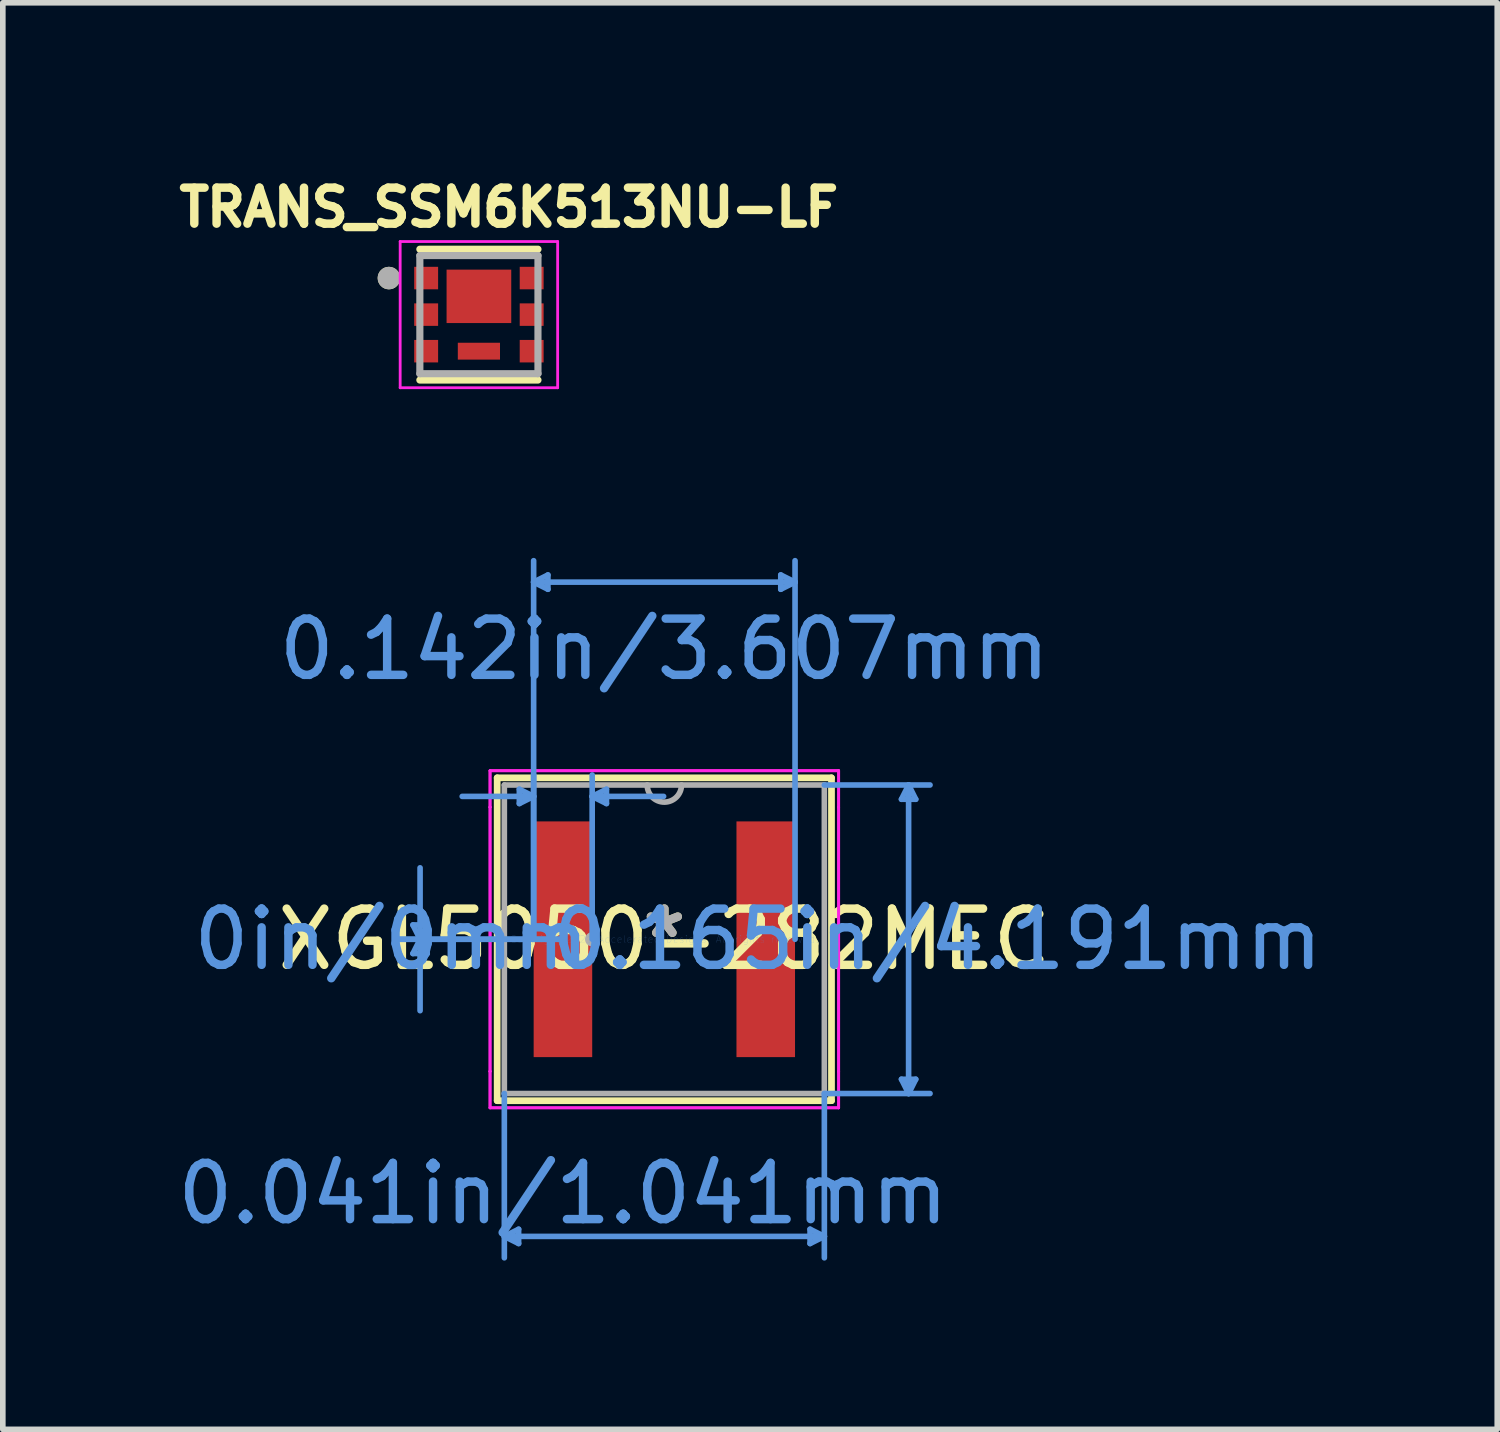
<source format=kicad_pcb>
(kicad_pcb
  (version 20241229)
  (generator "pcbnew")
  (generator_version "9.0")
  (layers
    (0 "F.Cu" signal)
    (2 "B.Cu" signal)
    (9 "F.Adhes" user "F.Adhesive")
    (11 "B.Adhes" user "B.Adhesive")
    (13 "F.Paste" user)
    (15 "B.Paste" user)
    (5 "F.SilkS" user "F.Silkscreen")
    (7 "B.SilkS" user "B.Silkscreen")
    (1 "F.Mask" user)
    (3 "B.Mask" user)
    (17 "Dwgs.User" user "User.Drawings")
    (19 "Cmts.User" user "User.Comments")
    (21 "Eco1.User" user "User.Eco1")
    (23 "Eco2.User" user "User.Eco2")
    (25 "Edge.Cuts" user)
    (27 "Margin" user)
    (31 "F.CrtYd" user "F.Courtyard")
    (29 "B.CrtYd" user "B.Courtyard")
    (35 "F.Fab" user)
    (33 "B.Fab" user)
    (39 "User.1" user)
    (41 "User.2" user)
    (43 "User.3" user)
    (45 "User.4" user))
  (footprint "XGL5050-282MEC"
    (layer "F.Cu")
    (at 8.762 13.65)
    (property "Reference" "XGL5050-282MEC" (at 0 0 0) (layer "F.SilkS") (effects (font (size 1 1) (thickness 0.15))))
    (attr through_hole)
    (fp_line (start -2.972 -2.87) (end -2.972 2.87) (stroke (width 0.12) (type solid)) (layer "F.SilkS"))
    (fp_line (start -2.972 2.87) (end 2.972 2.87) (stroke (width 0.12) (type solid)) (layer "F.SilkS"))
    (fp_line (start 2.972 -2.87) (end -2.972 -2.87) (stroke (width 0.12) (type solid)) (layer "F.SilkS"))
    (fp_line (start 2.972 2.87) (end 2.972 -2.87) (stroke (width 0.12) (type solid)) (layer "F.SilkS"))
    (fp_line (start -4.47 -0.254) (end -4.216 -0.254) (stroke (width 0.1) (type solid)) (layer "Cmts.User"))
    (fp_line (start -4.47 0.254) (end -4.216 0.254) (stroke (width 0.1) (type solid)) (layer "Cmts.User"))
    (fp_line (start -4.343 0) (end -4.47 -0.254) (stroke (width 0.1) (type solid)) (layer "Cmts.User"))
    (fp_line (start -4.343 0) (end -4.47 0.254) (stroke (width 0.1) (type solid)) (layer "Cmts.User"))
    (fp_line (start -4.343 0) (end -4.343 -1.27) (stroke (width 0.1) (type solid)) (layer "Cmts.User"))
    (fp_line (start -4.343 0) (end -4.343 1.27) (stroke (width 0.1) (type solid)) (layer "Cmts.User"))
    (fp_line (start -4.343 0) (end -4.216 -0.254) (stroke (width 0.1) (type solid)) (layer "Cmts.User"))
    (fp_line (start -4.343 0) (end -4.216 0.254) (stroke (width 0.1) (type solid)) (layer "Cmts.User"))
    (fp_line (start -2.845 2.743) (end -2.845 5.664) (stroke (width 0.1) (type solid)) (layer "Cmts.User"))
    (fp_line (start -2.845 5.283) (end -2.591 5.156) (stroke (width 0.1) (type solid)) (layer "Cmts.User"))
    (fp_line (start -2.845 5.283) (end -2.591 5.41) (stroke (width 0.1) (type solid)) (layer "Cmts.User"))
    (fp_line (start -2.845 5.283) (end 2.845 5.283) (stroke (width 0.1) (type solid)) (layer "Cmts.User"))
    (fp_line (start -2.591 5.156) (end -2.591 5.41) (stroke (width 0.1) (type solid)) (layer "Cmts.User"))
    (fp_line (start -2.578 -2.667) (end -2.578 -2.413) (stroke (width 0.1) (type solid)) (layer "Cmts.User"))
    (fp_line (start -2.324 -6.35) (end -2.07 -6.477) (stroke (width 0.1) (type solid)) (layer "Cmts.User"))
    (fp_line (start -2.324 -6.35) (end -2.07 -6.223) (stroke (width 0.1) (type solid)) (layer "Cmts.User"))
    (fp_line (start -2.324 -6.35) (end 2.324 -6.35) (stroke (width 0.1) (type solid)) (layer "Cmts.User"))
    (fp_line (start -2.324 -2.54) (end -3.594 -2.54) (stroke (width 0.1) (type solid)) (layer "Cmts.User"))
    (fp_line (start -2.324 -2.54) (end -2.578 -2.667) (stroke (width 0.1) (type solid)) (layer "Cmts.User"))
    (fp_line (start -2.324 -2.54) (end -2.578 -2.413) (stroke (width 0.1) (type solid)) (layer "Cmts.User"))
    (fp_line (start -2.324 0) (end -2.324 -6.731) (stroke (width 0.1) (type solid)) (layer "Cmts.User"))
    (fp_line (start -2.324 0) (end -2.324 -2.921) (stroke (width 0.1) (type solid)) (layer "Cmts.User"))
    (fp_line (start -2.07 -6.477) (end -2.07 -6.223) (stroke (width 0.1) (type solid)) (layer "Cmts.User"))
    (fp_line (start -1.803 0) (end -4.724 0) (stroke (width 0.1) (type solid)) (layer "Cmts.User"))
    (fp_line (start -1.803 0) (end -4.724 0) (stroke (width 0.1) (type solid)) (layer "Cmts.User"))
    (fp_line (start -1.283 -2.54) (end -1.029 -2.667) (stroke (width 0.1) (type solid)) (layer "Cmts.User"))
    (fp_line (start -1.283 -2.54) (end -1.029 -2.413) (stroke (width 0.1) (type solid)) (layer "Cmts.User"))
    (fp_line (start -1.283 -2.54) (end -0.013 -2.54) (stroke (width 0.1) (type solid)) (layer "Cmts.User"))
    (fp_line (start -1.283 0) (end -1.283 -2.921) (stroke (width 0.1) (type solid)) (layer "Cmts.User"))
    (fp_line (start -1.029 -2.667) (end -1.029 -2.413) (stroke (width 0.1) (type solid)) (layer "Cmts.User"))
    (fp_line (start 2.07 -6.477) (end 2.07 -6.223) (stroke (width 0.1) (type solid)) (layer "Cmts.User"))
    (fp_line (start 2.324 -6.35) (end 2.07 -6.477) (stroke (width 0.1) (type solid)) (layer "Cmts.User"))
    (fp_line (start 2.324 -6.35) (end 2.07 -6.223) (stroke (width 0.1) (type solid)) (layer "Cmts.User"))
    (fp_line (start 2.324 0) (end 2.324 -6.731) (stroke (width 0.1) (type solid)) (layer "Cmts.User"))
    (fp_line (start 2.591 5.156) (end 2.591 5.41) (stroke (width 0.1) (type solid)) (layer "Cmts.User"))
    (fp_line (start 2.845 -2.743) (end 4.724 -2.743) (stroke (width 0.1) (type solid)) (layer "Cmts.User"))
    (fp_line (start 2.845 2.743) (end 2.845 5.664) (stroke (width 0.1) (type solid)) (layer "Cmts.User"))
    (fp_line (start 2.845 2.743) (end 4.724 2.743) (stroke (width 0.1) (type solid)) (layer "Cmts.User"))
    (fp_line (start 2.845 5.283) (end 2.591 5.156) (stroke (width 0.1) (type solid)) (layer "Cmts.User"))
    (fp_line (start 2.845 5.283) (end 2.591 5.41) (stroke (width 0.1) (type solid)) (layer "Cmts.User"))
    (fp_line (start 4.216 -2.489) (end 4.47 -2.489) (stroke (width 0.1) (type solid)) (layer "Cmts.User"))
    (fp_line (start 4.216 2.489) (end 4.47 2.489) (stroke (width 0.1) (type solid)) (layer "Cmts.User"))
    (fp_line (start 4.343 -2.743) (end 4.216 -2.489) (stroke (width 0.1) (type solid)) (layer "Cmts.User"))
    (fp_line (start 4.343 -2.743) (end 4.343 2.743) (stroke (width 0.1) (type solid)) (layer "Cmts.User"))
    (fp_line (start 4.343 -2.743) (end 4.47 -2.489) (stroke (width 0.1) (type solid)) (layer "Cmts.User"))
    (fp_line (start 4.343 2.743) (end 4.216 2.489) (stroke (width 0.1) (type solid)) (layer "Cmts.User"))
    (fp_line (start 4.343 2.743) (end 4.47 2.489) (stroke (width 0.1) (type solid)) (layer "Cmts.User"))
    (fp_line (start -3.099 -2.997) (end 3.099 -2.997) (stroke (width 0.05) (type solid)) (layer "F.CrtYd"))
    (fp_line (start -3.099 -2.997) (end 3.099 -2.997) (stroke (width 0.05) (type solid)) (layer "F.CrtYd"))
    (fp_line (start -3.099 -2.349) (end -3.099 -2.997) (stroke (width 0.05) (type solid)) (layer "F.CrtYd"))
    (fp_line (start -3.099 -2.349) (end -3.099 -2.997) (stroke (width 0.05) (type solid)) (layer "F.CrtYd"))
    (fp_line (start -3.099 -2.349) (end -3.099 -2.349) (stroke (width 0.05) (type solid)) (layer "F.CrtYd"))
    (fp_line (start -3.099 -2.349) (end -3.099 -2.349) (stroke (width 0.05) (type solid)) (layer "F.CrtYd"))
    (fp_line (start -3.099 2.349) (end -3.099 -2.349) (stroke (width 0.05) (type solid)) (layer "F.CrtYd"))
    (fp_line (start -3.099 2.349) (end -3.099 -2.349) (stroke (width 0.05) (type solid)) (layer "F.CrtYd"))
    (fp_line (start -3.099 2.349) (end -3.099 2.349) (stroke (width 0.05) (type solid)) (layer "F.CrtYd"))
    (fp_line (start -3.099 2.349) (end -3.099 2.349) (stroke (width 0.05) (type solid)) (layer "F.CrtYd"))
    (fp_line (start -3.099 2.997) (end -3.099 2.349) (stroke (width 0.05) (type solid)) (layer "F.CrtYd"))
    (fp_line (start -3.099 2.997) (end -3.099 2.349) (stroke (width 0.05) (type solid)) (layer "F.CrtYd"))
    (fp_line (start 3.099 -2.997) (end 3.099 -2.349) (stroke (width 0.05) (type solid)) (layer "F.CrtYd"))
    (fp_line (start 3.099 -2.997) (end 3.099 -2.349) (stroke (width 0.05) (type solid)) (layer "F.CrtYd"))
    (fp_line (start 3.099 -2.349) (end 3.099 -2.349) (stroke (width 0.05) (type solid)) (layer "F.CrtYd"))
    (fp_line (start 3.099 -2.349) (end 3.099 -2.349) (stroke (width 0.05) (type solid)) (layer "F.CrtYd"))
    (fp_line (start 3.099 -2.349) (end 3.099 2.349) (stroke (width 0.05) (type solid)) (layer "F.CrtYd"))
    (fp_line (start 3.099 -2.349) (end 3.099 2.349) (stroke (width 0.05) (type solid)) (layer "F.CrtYd"))
    (fp_line (start 3.099 2.349) (end 3.099 2.349) (stroke (width 0.05) (type solid)) (layer "F.CrtYd"))
    (fp_line (start 3.099 2.349) (end 3.099 2.349) (stroke (width 0.05) (type solid)) (layer "F.CrtYd"))
    (fp_line (start 3.099 2.349) (end 3.099 2.997) (stroke (width 0.05) (type solid)) (layer "F.CrtYd"))
    (fp_line (start 3.099 2.349) (end 3.099 2.997) (stroke (width 0.05) (type solid)) (layer "F.CrtYd"))
    (fp_line (start 3.099 2.997) (end -3.099 2.997) (stroke (width 0.05) (type solid)) (layer "F.CrtYd"))
    (fp_line (start 3.099 2.997) (end -3.099 2.997) (stroke (width 0.05) (type solid)) (layer "F.CrtYd"))
    (fp_line (start -2.845 -2.743) (end -2.845 2.743) (stroke (width 0.1) (type solid)) (layer "F.Fab"))
    (fp_line (start -2.845 2.743) (end 2.845 2.743) (stroke (width 0.1) (type solid)) (layer "F.Fab"))
    (fp_line (start 2.845 -2.743) (end -2.845 -2.743) (stroke (width 0.1) (type solid)) (layer "F.Fab"))
    (fp_line (start 2.845 2.743) (end 2.845 -2.743) (stroke (width 0.1) (type solid)) (layer "F.Fab"))
    (fp_arc (start 0.3048 -2.7432) (mid 0 -2.4384) (end -0.3048 -2.7432) (stroke (width 0.1) (type solid)) (layer "F.Fab"))
    (fp_circle (center -1.283 0) (end -1.206 0) (stroke (width 0.1) (type solid)) (fill no) (layer "F.Fab"))
    (fp_text user "*" (at 0 0 0) (layer "F.SilkS") (effects (font (size 1 1) (thickness 0.15))))
    (fp_text user "Copyright 2021 Accelerated Designs. All rights reserved." (at 0 0 0) (layer "Cmts.User") (effects (font (size 0.127 0.127) (thickness 0.002))))
    (fp_text user "0in/0mm" (at -4.851 0 0) (layer "Cmts.User") (effects (font (size 1 1) (thickness 0.15))))
    (fp_text user "0.165in/4.191mm" (at 4.851 0 0) (layer "Cmts.User") (effects (font (size 1 1) (thickness 0.15))))
    (fp_text user "0.041in/1.041mm" (at -1.803 4.521 0) (layer "Cmts.User") (effects (font (size 1 1) (thickness 0.15))))
    (fp_text user "0.142in/3.607mm" (at 0 -5.156 0) (layer "Cmts.User") (effects (font (size 1 1) (thickness 0.15))))
    (fp_text user "*" (at 0 0 0) (layer "F.Fab") (effects (font (size 1 1) (thickness 0.15))))
    (pad "1" smd rect (at -1.803 0) (size 1.041 4.191) (layers "F.Cu" "F.Mask" "F.Paste"))
    (pad "2" smd rect (at 1.803 0) (size 1.041 4.191) (layers "F.Cu" "F.Mask" "F.Paste")))
  (footprint "TRANS_SSM6K513NU-LF"
    (layer "F.Cu")
    (at 5.465 2.544)
    (property "Reference" "TRANS_SSM6K513NU-LF" (at 0.532 -1.906 0) (layer "F.SilkS") (effects (font (size 0.64 0.64) (thickness 0.15))))
    (attr smd)
    (fp_line (start -1.05 -1.163) (end 1.05 -1.163) (stroke (width 0.127) (type solid)) (layer "F.SilkS"))
    (fp_line (start -1.05 1.163) (end 1.05 1.163) (stroke (width 0.127) (type solid)) (layer "F.SilkS"))
    (fp_circle (center -1.6 -0.65) (end -1.5 -0.65) (stroke (width 0.2) (type solid)) (fill no) (layer "F.SilkS"))
    (fp_poly (pts (xy -0.365 -0.625) (xy 0.365 -0.625) (xy 0.365 -0.025) (xy -0.365 -0.025)) (stroke (width 0.01) (type solid)) (fill yes) (layer "F.Paste"))
    (fp_line (start -1.4 -1.3) (end -1.4 1.3) (stroke (width 0.05) (type solid)) (layer "F.CrtYd"))
    (fp_line (start -1.4 1.3) (end 1.4 1.3) (stroke (width 0.05) (type solid)) (layer "F.CrtYd"))
    (fp_line (start 1.4 -1.3) (end -1.4 -1.3) (stroke (width 0.05) (type solid)) (layer "F.CrtYd"))
    (fp_line (start 1.4 1.3) (end 1.4 -1.3) (stroke (width 0.05) (type solid)) (layer "F.CrtYd"))
    (fp_line (start -1.05 -1.05) (end -1.05 1.05) (stroke (width 0.127) (type solid)) (layer "F.Fab"))
    (fp_line (start -1.05 1.05) (end 1.05 1.05) (stroke (width 0.127) (type solid)) (layer "F.Fab"))
    (fp_line (start 1.05 -1.05) (end -1.05 -1.05) (stroke (width 0.127) (type solid)) (layer "F.Fab"))
    (fp_line (start 1.05 1.05) (end 1.05 -1.05) (stroke (width 0.127) (type solid)) (layer "F.Fab"))
    (fp_circle (center -1.6 -0.65) (end -1.5 -0.65) (stroke (width 0.2) (type solid)) (fill no) (layer "F.Fab"))
    (pad "1" smd rect (at -0.938 -0.65) (size 0.425 0.4) (layers "F.Cu" "F.Mask" "F.Paste"))
    (pad "2" smd rect (at -0.938 0) (size 0.425 0.4) (layers "F.Cu" "F.Mask" "F.Paste"))
    (pad "3" smd rect (at -0.938 0.65) (size 0.425 0.4) (layers "F.Cu" "F.Mask" "F.Paste"))
    (pad "4" smd rect (at 0.938 0.65 180) (size 0.425 0.4) (layers "F.Cu" "F.Mask" "F.Paste"))
    (pad "5" smd rect (at 0.938 0 180) (size 0.425 0.4) (layers "F.Cu" "F.Mask" "F.Paste"))
    (pad "6" smd rect (at 0.938 -0.65 180) (size 0.425 0.4) (layers "F.Cu" "F.Mask" "F.Paste"))
    (pad "7" smd rect (at 0 -0.325) (size 1.15 0.95) (layers "F.Cu" "F.Mask"))
    (pad "8" smd rect (at 0 0.65) (size 0.75 0.3) (layers "F.Cu" "F.Mask" "F.Paste")))
  (gr_rect
    (start -3 -3)
    (end 23.571 22.364)
    (stroke (width 0.1) (type default))
    (fill no)
    (layer "Edge.Cuts")))
</source>
